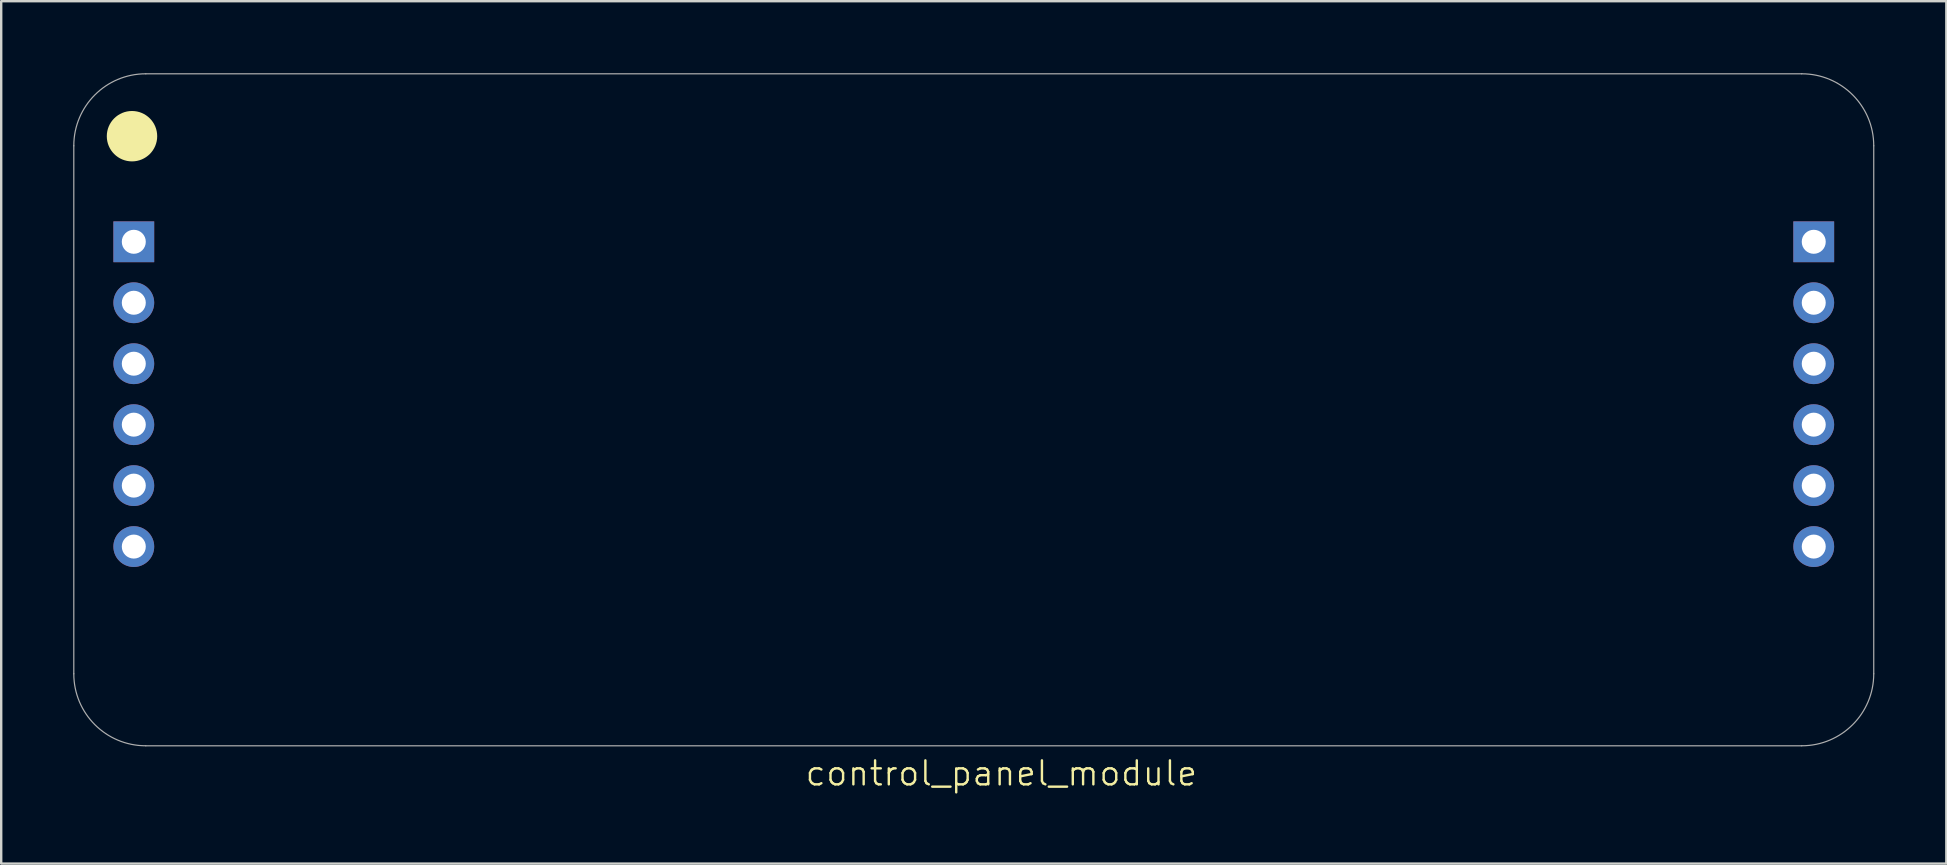
<source format=kicad_pcb>
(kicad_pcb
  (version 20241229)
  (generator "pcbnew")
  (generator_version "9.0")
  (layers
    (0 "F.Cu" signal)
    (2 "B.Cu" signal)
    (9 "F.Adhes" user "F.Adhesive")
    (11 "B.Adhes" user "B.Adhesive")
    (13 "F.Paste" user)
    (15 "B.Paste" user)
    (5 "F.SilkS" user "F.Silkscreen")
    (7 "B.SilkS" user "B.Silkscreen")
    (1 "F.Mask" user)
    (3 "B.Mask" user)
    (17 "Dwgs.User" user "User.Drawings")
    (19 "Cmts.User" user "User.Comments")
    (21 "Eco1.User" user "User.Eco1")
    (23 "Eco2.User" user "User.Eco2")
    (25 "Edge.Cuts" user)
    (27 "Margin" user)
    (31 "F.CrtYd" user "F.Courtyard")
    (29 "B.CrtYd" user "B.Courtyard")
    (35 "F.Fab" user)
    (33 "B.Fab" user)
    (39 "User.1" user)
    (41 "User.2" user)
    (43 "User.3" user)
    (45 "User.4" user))
  (footprint "control_panel_module"
    (layer "F.Cu")
    (at 38.725 13.925)
    (property "Reference" "control_panel_module" (at -0.05 15.25 0) (unlocked yes) (layer "F.SilkS") (effects (font (size 1 1) (thickness 0.1))))
    (attr through_hole)
    (fp_circle (center -36.275 -11.3) (end -35.275 -11.3) (stroke (width 0.1) (type solid)) (fill yes) (layer "F.SilkS"))
    (fp_line (start -38.7 -10.9) (end -38.7 11.1) (stroke (width 0.05) (type default)) (layer "F.Fab"))
    (fp_line (start -35.7 14.1) (end 33.3 14.1) (stroke (width 0.05) (type default)) (layer "F.Fab"))
    (fp_line (start 33.3 -13.9) (end -35.7 -13.9) (stroke (width 0.05) (type default)) (layer "F.Fab"))
    (fp_line (start 36.3 11.1) (end 36.3 -10.9) (stroke (width 0.05) (type default)) (layer "F.Fab"))
    (fp_arc (start -38.7 -10.9) (mid -37.82132 -13.02132) (end -35.7 -13.9) (stroke (width 0.05) (type default)) (layer "F.Fab"))
    (fp_arc (start -35.7 14.1) (mid -37.82132 13.22132) (end -38.7 11.1) (stroke (width 0.05) (type default)) (layer "F.Fab"))
    (fp_arc (start 33.3 -13.9) (mid 35.42132 -13.02132) (end 36.3 -10.9) (stroke (width 0.05) (type default)) (layer "F.Fab"))
    (fp_arc (start 36.3 11.1) (mid 35.42132 13.22132) (end 33.3 14.1) (stroke (width 0.05) (type default)) (layer "F.Fab"))
    (pad "1" thru_hole rect (at -36.2 -6.9 180) (size 1.7 1.7) (drill 1) (layers "*.Cu" "*.Mask"))
    (pad "2" thru_hole oval (at -36.2 -4.36 180) (size 1.7 1.7) (drill 1) (layers "*.Cu" "*.Mask"))
    (pad "3" thru_hole oval (at -36.2 -1.82 180) (size 1.7 1.7) (drill 1) (layers "*.Cu" "*.Mask"))
    (pad "4" thru_hole oval (at -36.2 0.72 180) (size 1.7 1.7) (drill 1) (layers "*.Cu" "*.Mask"))
    (pad "5" thru_hole oval (at -36.2 3.26 180) (size 1.7 1.7) (drill 1) (layers "*.Cu" "*.Mask"))
    (pad "6" thru_hole oval (at -36.2 5.8 180) (size 1.7 1.7) (drill 1) (layers "*.Cu" "*.Mask"))
    (pad "7" thru_hole rect (at 33.8 -6.9 180) (size 1.7 1.7) (drill 1) (layers "*.Cu" "*.Mask"))
    (pad "8" thru_hole oval (at 33.8 -4.36 180) (size 1.7 1.7) (drill 1) (layers "*.Cu" "*.Mask"))
    (pad "9" thru_hole oval (at 33.8 -1.82 180) (size 1.7 1.7) (drill 1) (layers "*.Cu" "*.Mask"))
    (pad "10" thru_hole oval (at 33.8 0.72 180) (size 1.7 1.7) (drill 1) (layers "*.Cu" "*.Mask"))
    (pad "11" thru_hole oval (at 33.8 3.26 180) (size 1.7 1.7) (drill 1) (layers "*.Cu" "*.Mask"))
    (pad "12" thru_hole oval (at 33.8 5.8 180) (size 1.7 1.7) (drill 1) (layers "*.Cu" "*.Mask")))
  (gr_rect
    (start -3 -3)
    (end 78.05 32.935)
    (stroke (width 0.1) (type default))
    (fill no)
    (layer "Edge.Cuts")))
</source>
